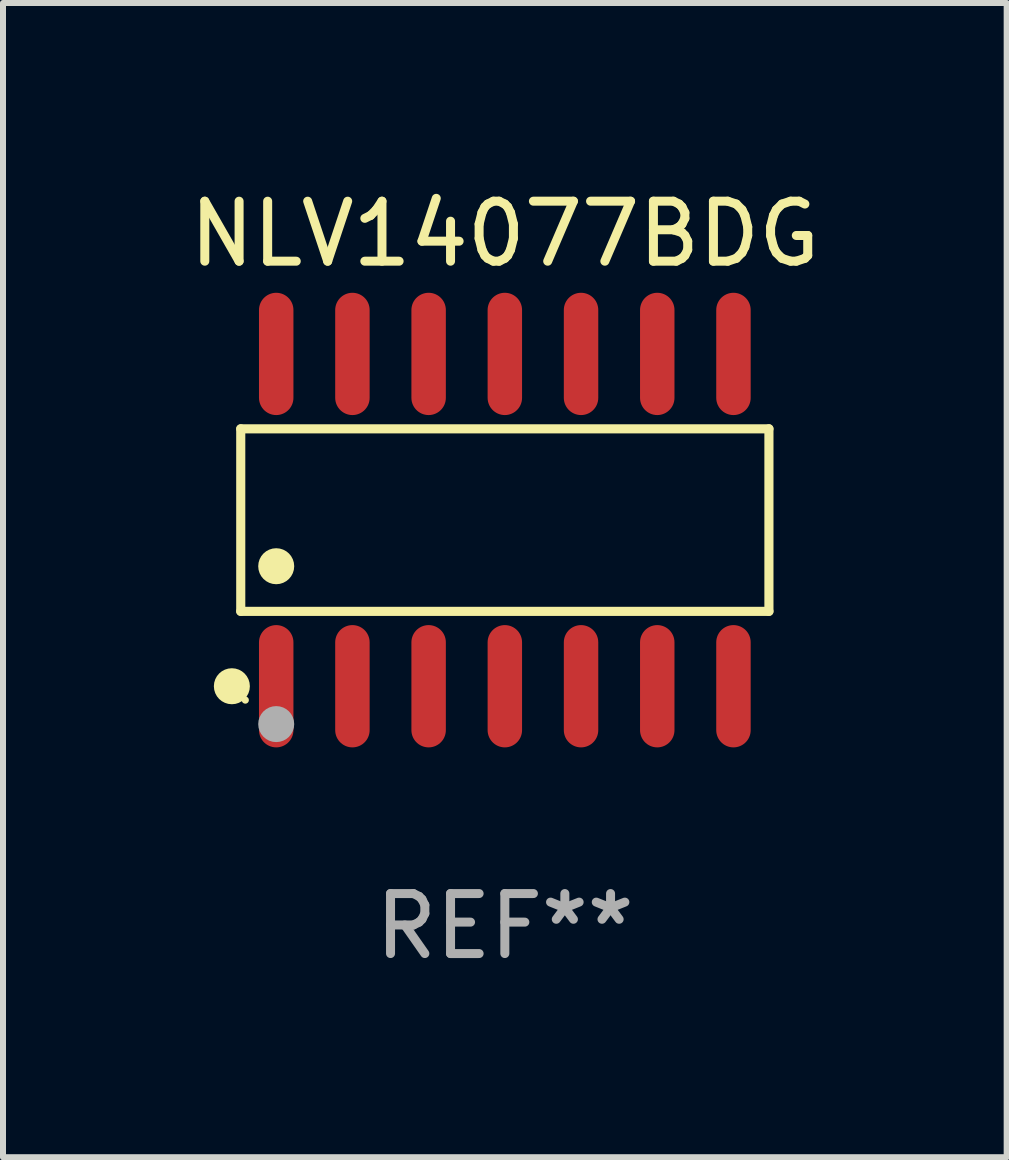
<source format=kicad_pcb>
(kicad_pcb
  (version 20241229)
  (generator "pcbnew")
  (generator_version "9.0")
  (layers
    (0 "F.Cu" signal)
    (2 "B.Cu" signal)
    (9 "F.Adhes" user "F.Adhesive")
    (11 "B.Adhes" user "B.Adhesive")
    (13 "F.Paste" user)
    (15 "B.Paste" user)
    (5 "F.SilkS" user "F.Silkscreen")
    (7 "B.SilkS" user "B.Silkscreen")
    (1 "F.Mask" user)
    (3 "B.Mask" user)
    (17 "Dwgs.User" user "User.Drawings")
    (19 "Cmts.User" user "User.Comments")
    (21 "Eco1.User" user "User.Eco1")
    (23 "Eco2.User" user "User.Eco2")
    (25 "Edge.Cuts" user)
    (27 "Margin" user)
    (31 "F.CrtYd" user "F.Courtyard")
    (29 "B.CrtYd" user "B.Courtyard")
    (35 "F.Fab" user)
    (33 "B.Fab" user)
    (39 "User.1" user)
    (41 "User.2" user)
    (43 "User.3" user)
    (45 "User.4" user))
  (footprint "NLV14077BDG"
    (layer "F.Cu")
    (at 5.363 5.617)
    (property "Reference" "NLV14077BDG" (at 0 -4.769 0) (layer "F.SilkS") (effects (font (size 1 1) (thickness 0.15))))
    (attr through_hole)
    (fp_line (start -4.401 -1.521) (end 4.401 -1.521) (stroke (width 0.152) (type solid)) (layer "F.SilkS"))
    (fp_line (start -4.401 1.521) (end -4.401 -1.521) (stroke (width 0.152) (type solid)) (layer "F.SilkS"))
    (fp_line (start 4.401 -1.521) (end 4.401 1.521) (stroke (width 0.152) (type solid)) (layer "F.SilkS"))
    (fp_line (start 4.401 1.521) (end -4.401 1.521) (stroke (width 0.152) (type solid)) (layer "F.SilkS"))
    (fp_circle (center -4.549 2.769) (end -4.399 2.769) (stroke (width 0.3) (type solid)) (fill no) (layer "F.SilkS"))
    (fp_circle (center -4.325 3) (end -4.295 3) (stroke (width 0.06) (type solid)) (fill no) (layer "F.SilkS"))
    (fp_circle (center -3.81 0.769) (end -3.66 0.769) (stroke (width 0.3) (type solid)) (fill no) (layer "F.SilkS"))
    (fp_circle (center -3.81 3.4) (end -3.66 3.4) (stroke (width 0.3) (type solid)) (fill no) (layer "F.Fab"))
    (fp_text user "REF**" (at 0 6.769 0) (layer "F.Fab") (effects (font (size 1 1) (thickness 0.15))))
    (pad "1" smd oval (at -3.81 2.769) (size 0.574 2.038) (layers "F.Cu" "F.Mask" "F.Paste"))
    (pad "2" smd oval (at -2.54 2.769) (size 0.574 2.038) (layers "F.Cu" "F.Mask" "F.Paste"))
    (pad "3" smd oval (at -1.27 2.769) (size 0.574 2.038) (layers "F.Cu" "F.Mask" "F.Paste"))
    (pad "4" smd oval (at 0 2.769) (size 0.574 2.038) (layers "F.Cu" "F.Mask" "F.Paste"))
    (pad "5" smd oval (at 1.27 2.769) (size 0.574 2.038) (layers "F.Cu" "F.Mask" "F.Paste"))
    (pad "6" smd oval (at 2.54 2.769) (size 0.574 2.038) (layers "F.Cu" "F.Mask" "F.Paste"))
    (pad "7" smd oval (at 3.81 2.769) (size 0.574 2.038) (layers "F.Cu" "F.Mask" "F.Paste"))
    (pad "8" smd oval (at 3.81 -2.769) (size 0.574 2.038) (layers "F.Cu" "F.Mask" "F.Paste"))
    (pad "9" smd oval (at 2.54 -2.769) (size 0.574 2.038) (layers "F.Cu" "F.Mask" "F.Paste"))
    (pad "10" smd oval (at 1.27 -2.769) (size 0.574 2.038) (layers "F.Cu" "F.Mask" "F.Paste"))
    (pad "11" smd oval (at 0 -2.769) (size 0.574 2.038) (layers "F.Cu" "F.Mask" "F.Paste"))
    (pad "12" smd oval (at -1.27 -2.769) (size 0.574 2.038) (layers "F.Cu" "F.Mask" "F.Paste"))
    (pad "13" smd oval (at -2.54 -2.769) (size 0.574 2.038) (layers "F.Cu" "F.Mask" "F.Paste"))
    (pad "14" smd oval (at -3.81 -2.769) (size 0.574 2.038) (layers "F.Cu" "F.Mask" "F.Paste")))
  (gr_rect
    (start -3 -3)
    (end 13.726 16.235)
    (stroke (width 0.1) (type default))
    (fill no)
    (layer "Edge.Cuts")))
</source>
